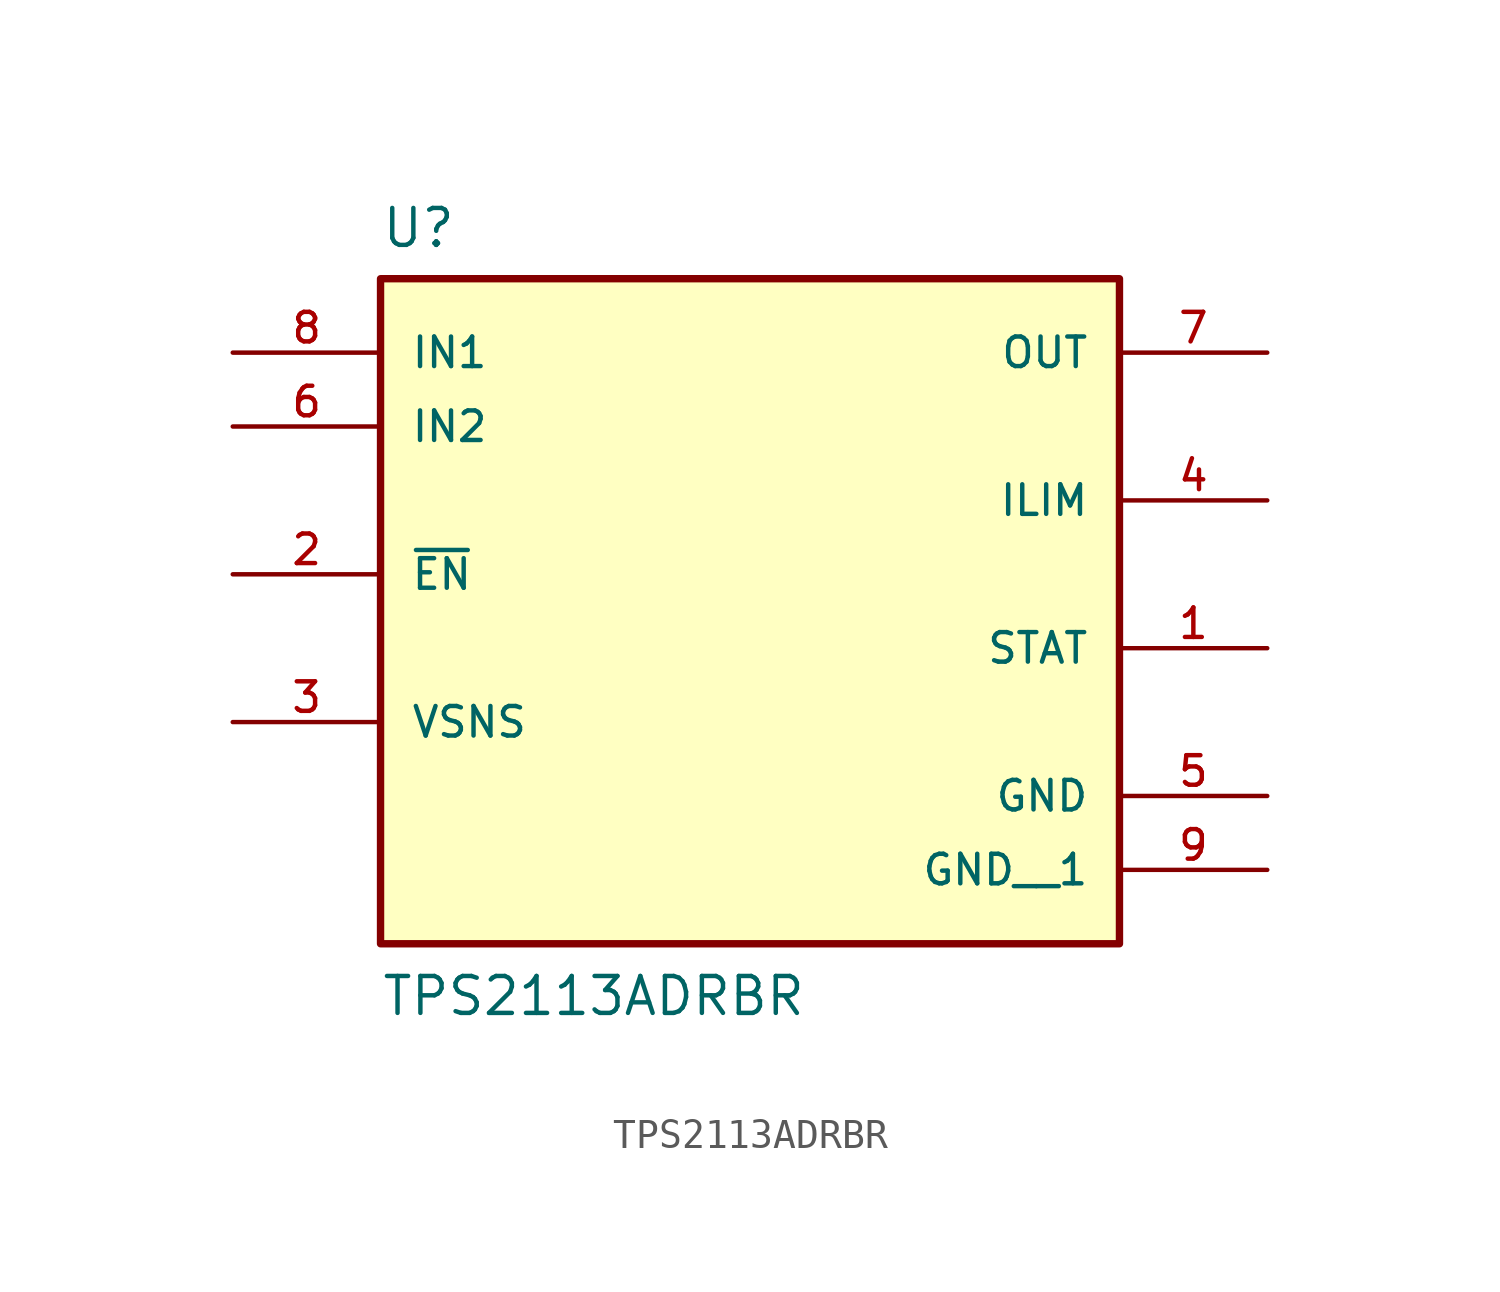
<source format=kicad_sym>
(kicad_symbol_lib
  (version 20211014)
  (generator kicad_symbol_editor)
  (symbol "TPS2113ADRBR"
    (pin_names
      (offset 1.016))
    (property "Reference" "U"
      (at -12.7 11.16 0.0)
      (effects (font (size 1.27 1.27)) (justify bottom left)))
    (property "Value" "TPS2113ADRBR"
      (at -12.7 -15.24 0.0)
      (effects (font (size 1.27 1.27)) (justify bottom left)))
    (symbol "TPS2113ADRBR_0_0"
      (rectangle (start -12.7 -12.7) (end 12.7 10.16) (stroke (width 0.254)) (fill (type background)))
      (pin input line (at -17.78 0.0 0) (length 5.08) (name "~{EN}" (effects (font (size 1.016 1.016)))) (number "2" (effects (font (size 1.016 1.016)))))
      (pin input line (at 17.78 2.54 180.0) (length 5.08) (name "ILIM" (effects (font (size 1.016 1.016)))) (number "4" (effects (font (size 1.016 1.016)))))
      (pin input line (at -17.78 7.62 0) (length 5.08) (name "IN1" (effects (font (size 1.016 1.016)))) (number "8" (effects (font (size 1.016 1.016)))))
      (pin input line (at -17.78 5.08 0) (length 5.08) (name "IN2" (effects (font (size 1.016 1.016)))) (number "6" (effects (font (size 1.016 1.016)))))
      (pin input line (at -17.78 -5.08 0) (length 5.08) (name "VSNS" (effects (font (size 1.016 1.016)))) (number "3" (effects (font (size 1.016 1.016)))))
      (pin output line (at 17.78 7.62 180.0) (length 5.08) (name "OUT" (effects (font (size 1.016 1.016)))) (number "7" (effects (font (size 1.016 1.016)))))
      (pin output line (at 17.78 -2.54 180.0) (length 5.08) (name "STAT" (effects (font (size 1.016 1.016)))) (number "1" (effects (font (size 1.016 1.016)))))
      (pin power_in line (at 17.78 -7.62 180.0) (length 5.08) (name "GND" (effects (font (size 1.016 1.016)))) (number "5" (effects (font (size 1.016 1.016)))))
      (pin power_in line (at 17.78 -10.16 180.0) (length 5.08) (name "GND__1" (effects (font (size 1.016 1.016)))) (number "9" (effects (font (size 1.016 1.016))))))))
</source>
